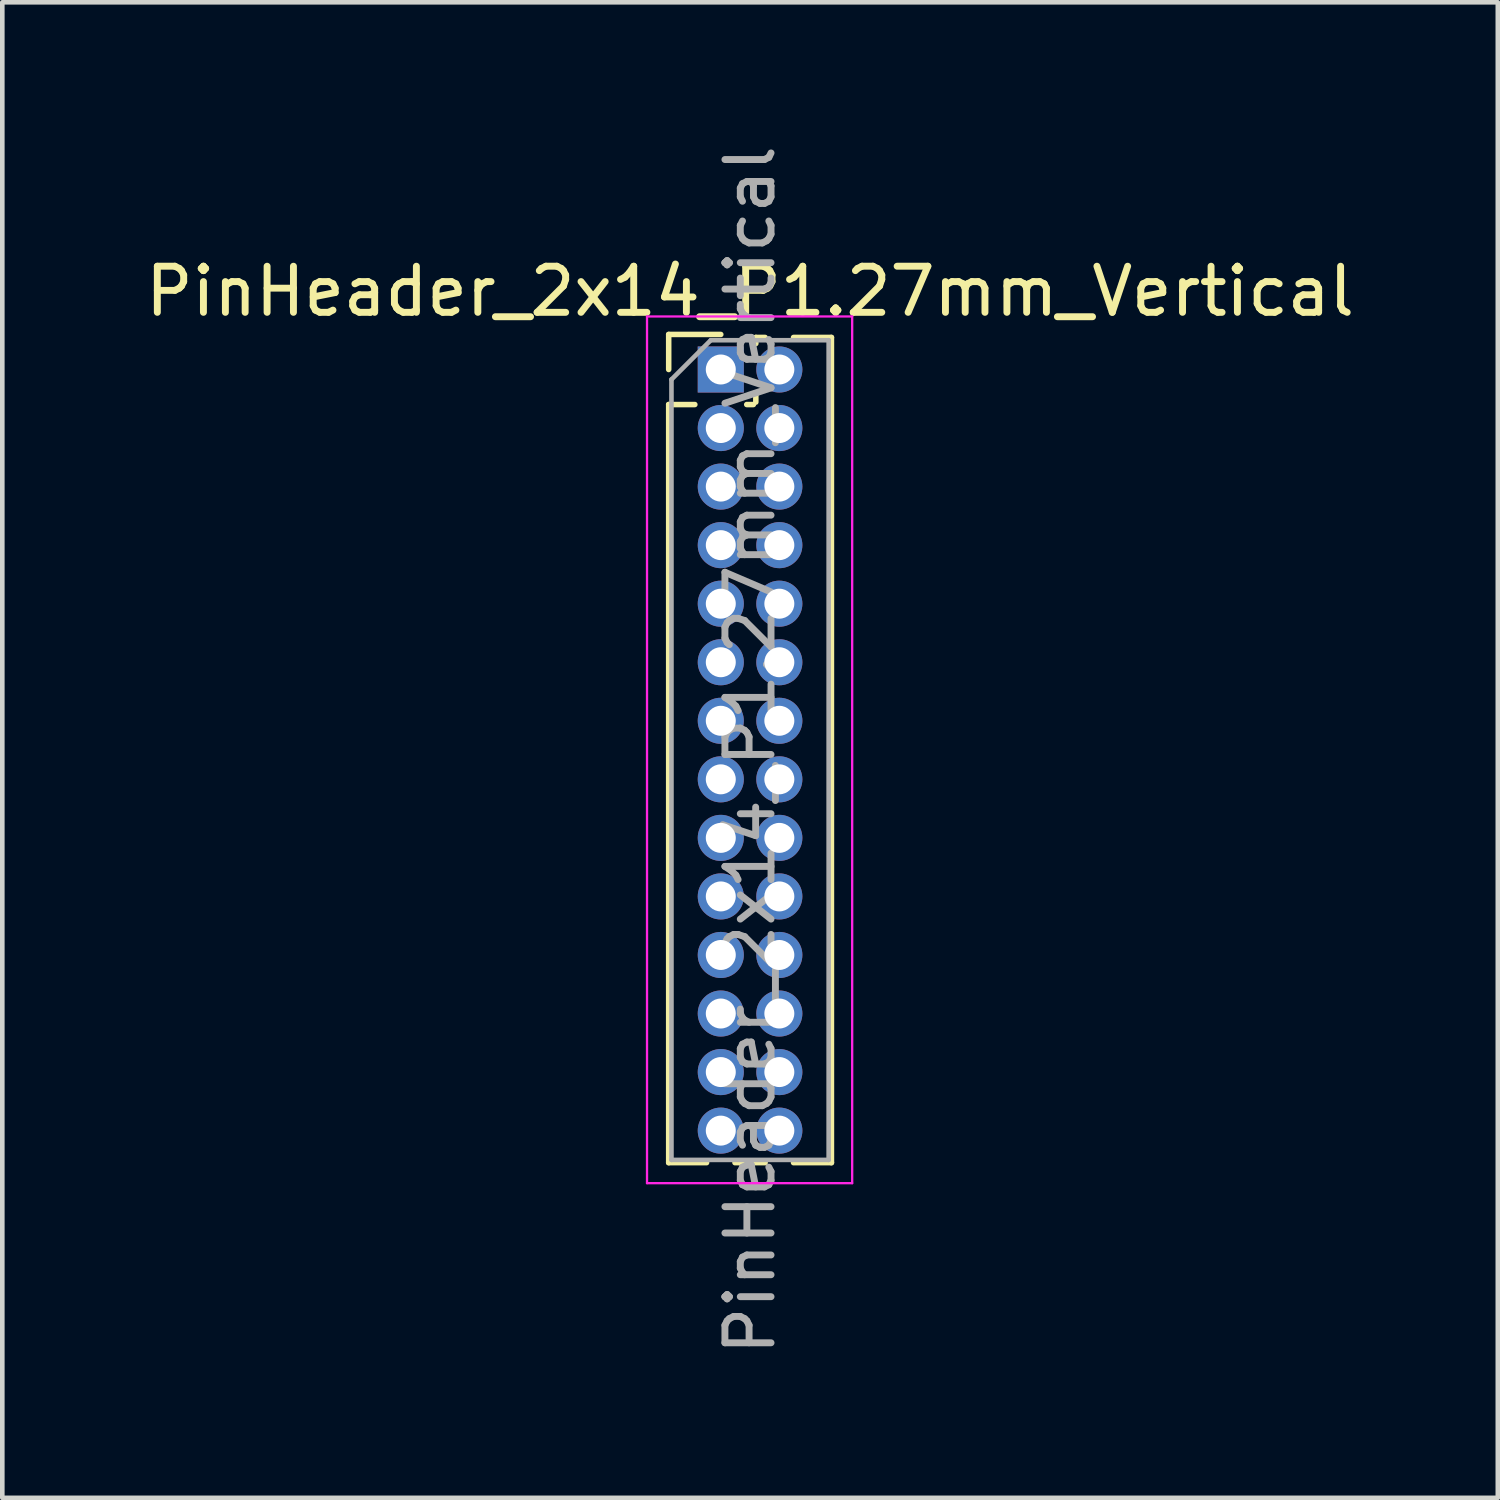
<source format=kicad_pcb>
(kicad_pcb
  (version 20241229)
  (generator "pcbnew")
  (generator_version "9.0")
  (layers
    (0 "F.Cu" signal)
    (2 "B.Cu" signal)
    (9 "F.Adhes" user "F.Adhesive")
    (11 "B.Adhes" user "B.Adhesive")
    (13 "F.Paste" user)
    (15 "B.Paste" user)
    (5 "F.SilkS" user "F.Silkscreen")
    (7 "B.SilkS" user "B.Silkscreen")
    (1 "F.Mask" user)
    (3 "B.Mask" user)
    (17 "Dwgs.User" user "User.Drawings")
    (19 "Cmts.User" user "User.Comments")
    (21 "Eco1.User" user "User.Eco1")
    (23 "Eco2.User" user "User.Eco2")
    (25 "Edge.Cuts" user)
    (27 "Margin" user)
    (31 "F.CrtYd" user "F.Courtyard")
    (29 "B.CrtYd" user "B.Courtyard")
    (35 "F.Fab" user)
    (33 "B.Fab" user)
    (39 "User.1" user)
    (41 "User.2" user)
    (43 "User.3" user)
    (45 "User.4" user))
  (footprint "PinHeader_2x14_P1.27mm_Vertical"
    (layer "F.Cu")
    (at 12.585 4.965)
    (property "Reference" "PinHeader_2x14_P1.27mm_Vertical" (at 0.635 -1.695 0) (layer "F.SilkS") (effects (font (size 1 1) (thickness 0.15))))
    (attr through_hole)
    (fp_line (start -1.13 -0.76) (end 0 -0.76) (stroke (width 0.12) (type solid)) (layer "F.SilkS"))
    (fp_line (start -1.13 0) (end -1.13 -0.76) (stroke (width 0.12) (type solid)) (layer "F.SilkS"))
    (fp_line (start -1.13 0.76) (end -1.13 17.205) (stroke (width 0.12) (type solid)) (layer "F.SilkS"))
    (fp_line (start -1.13 0.76) (end -0.563 0.76) (stroke (width 0.12) (type solid)) (layer "F.SilkS"))
    (fp_line (start -1.13 17.205) (end -0.308 17.205) (stroke (width 0.12) (type solid)) (layer "F.SilkS"))
    (fp_line (start 0.308 17.205) (end 0.962 17.205) (stroke (width 0.12) (type solid)) (layer "F.SilkS"))
    (fp_line (start 0.563 0.76) (end 0.707 0.76) (stroke (width 0.12) (type solid)) (layer "F.SilkS"))
    (fp_line (start 0.76 -0.695) (end 0.962 -0.695) (stroke (width 0.12) (type solid)) (layer "F.SilkS"))
    (fp_line (start 0.76 -0.563) (end 0.76 -0.695) (stroke (width 0.12) (type solid)) (layer "F.SilkS"))
    (fp_line (start 0.76 0.707) (end 0.76 0.563) (stroke (width 0.12) (type solid)) (layer "F.SilkS"))
    (fp_line (start 1.578 -0.695) (end 2.4 -0.695) (stroke (width 0.12) (type solid)) (layer "F.SilkS"))
    (fp_line (start 1.578 17.205) (end 2.4 17.205) (stroke (width 0.12) (type solid)) (layer "F.SilkS"))
    (fp_line (start 2.4 -0.695) (end 2.4 17.205) (stroke (width 0.12) (type solid)) (layer "F.SilkS"))
    (fp_line (start -1.6 -1.15) (end -1.6 17.65) (stroke (width 0.05) (type solid)) (layer "F.CrtYd"))
    (fp_line (start -1.6 17.65) (end 2.85 17.65) (stroke (width 0.05) (type solid)) (layer "F.CrtYd"))
    (fp_line (start 2.85 -1.15) (end -1.6 -1.15) (stroke (width 0.05) (type solid)) (layer "F.CrtYd"))
    (fp_line (start 2.85 17.65) (end 2.85 -1.15) (stroke (width 0.05) (type solid)) (layer "F.CrtYd"))
    (fp_line (start -1.07 0.217) (end -0.217 -0.635) (stroke (width 0.1) (type solid)) (layer "F.Fab"))
    (fp_line (start -1.07 17.145) (end -1.07 0.217) (stroke (width 0.1) (type solid)) (layer "F.Fab"))
    (fp_line (start -0.217 -0.635) (end 2.34 -0.635) (stroke (width 0.1) (type solid)) (layer "F.Fab"))
    (fp_line (start 2.34 -0.635) (end 2.34 17.145) (stroke (width 0.1) (type solid)) (layer "F.Fab"))
    (fp_line (start 2.34 17.145) (end -1.07 17.145) (stroke (width 0.1) (type solid)) (layer "F.Fab"))
    (fp_text user "${REFERENCE}" (at 0.635 8.255 90) (layer "F.Fab") (effects (font (size 1 1) (thickness 0.15))))
    (pad "1" thru_hole rect (at 0 0) (size 1 1) (drill 0.65) (layers "*.Cu" "*.Mask"))
    (pad "2" thru_hole oval (at 1.27 0) (size 1 1) (drill 0.65) (layers "*.Cu" "*.Mask"))
    (pad "3" thru_hole oval (at 0 1.27) (size 1 1) (drill 0.65) (layers "*.Cu" "*.Mask"))
    (pad "4" thru_hole oval (at 1.27 1.27) (size 1 1) (drill 0.65) (layers "*.Cu" "*.Mask"))
    (pad "5" thru_hole oval (at 0 2.54) (size 1 1) (drill 0.65) (layers "*.Cu" "*.Mask"))
    (pad "6" thru_hole oval (at 1.27 2.54) (size 1 1) (drill 0.65) (layers "*.Cu" "*.Mask"))
    (pad "7" thru_hole oval (at 0 3.81) (size 1 1) (drill 0.65) (layers "*.Cu" "*.Mask"))
    (pad "8" thru_hole oval (at 1.27 3.81) (size 1 1) (drill 0.65) (layers "*.Cu" "*.Mask"))
    (pad "9" thru_hole oval (at 0 5.08) (size 1 1) (drill 0.65) (layers "*.Cu" "*.Mask"))
    (pad "10" thru_hole oval (at 1.27 5.08) (size 1 1) (drill 0.65) (layers "*.Cu" "*.Mask"))
    (pad "11" thru_hole oval (at 0 6.35) (size 1 1) (drill 0.65) (layers "*.Cu" "*.Mask"))
    (pad "12" thru_hole oval (at 1.27 6.35) (size 1 1) (drill 0.65) (layers "*.Cu" "*.Mask"))
    (pad "13" thru_hole oval (at 0 7.62) (size 1 1) (drill 0.65) (layers "*.Cu" "*.Mask"))
    (pad "14" thru_hole oval (at 1.27 7.62) (size 1 1) (drill 0.65) (layers "*.Cu" "*.Mask"))
    (pad "15" thru_hole oval (at 0 8.89) (size 1 1) (drill 0.65) (layers "*.Cu" "*.Mask"))
    (pad "16" thru_hole oval (at 1.27 8.89) (size 1 1) (drill 0.65) (layers "*.Cu" "*.Mask"))
    (pad "17" thru_hole oval (at 0 10.16) (size 1 1) (drill 0.65) (layers "*.Cu" "*.Mask"))
    (pad "18" thru_hole oval (at 1.27 10.16) (size 1 1) (drill 0.65) (layers "*.Cu" "*.Mask"))
    (pad "19" thru_hole oval (at 0 11.43) (size 1 1) (drill 0.65) (layers "*.Cu" "*.Mask"))
    (pad "20" thru_hole oval (at 1.27 11.43) (size 1 1) (drill 0.65) (layers "*.Cu" "*.Mask"))
    (pad "21" thru_hole oval (at 0 12.7) (size 1 1) (drill 0.65) (layers "*.Cu" "*.Mask"))
    (pad "22" thru_hole oval (at 1.27 12.7) (size 1 1) (drill 0.65) (layers "*.Cu" "*.Mask"))
    (pad "23" thru_hole oval (at 0 13.97) (size 1 1) (drill 0.65) (layers "*.Cu" "*.Mask"))
    (pad "24" thru_hole oval (at 1.27 13.97) (size 1 1) (drill 0.65) (layers "*.Cu" "*.Mask"))
    (pad "25" thru_hole oval (at 0 15.24) (size 1 1) (drill 0.65) (layers "*.Cu" "*.Mask"))
    (pad "26" thru_hole oval (at 1.27 15.24) (size 1 1) (drill 0.65) (layers "*.Cu" "*.Mask"))
    (pad "27" thru_hole oval (at 0 16.51) (size 1 1) (drill 0.65) (layers "*.Cu" "*.Mask"))
    (pad "28" thru_hole oval (at 1.27 16.51) (size 1 1) (drill 0.65) (layers "*.Cu" "*.Mask")))
  (gr_rect
    (start -3 -3)
    (end 29.44 29.44)
    (stroke (width 0.1) (type default))
    (fill no)
    (layer "Edge.Cuts")))
</source>
